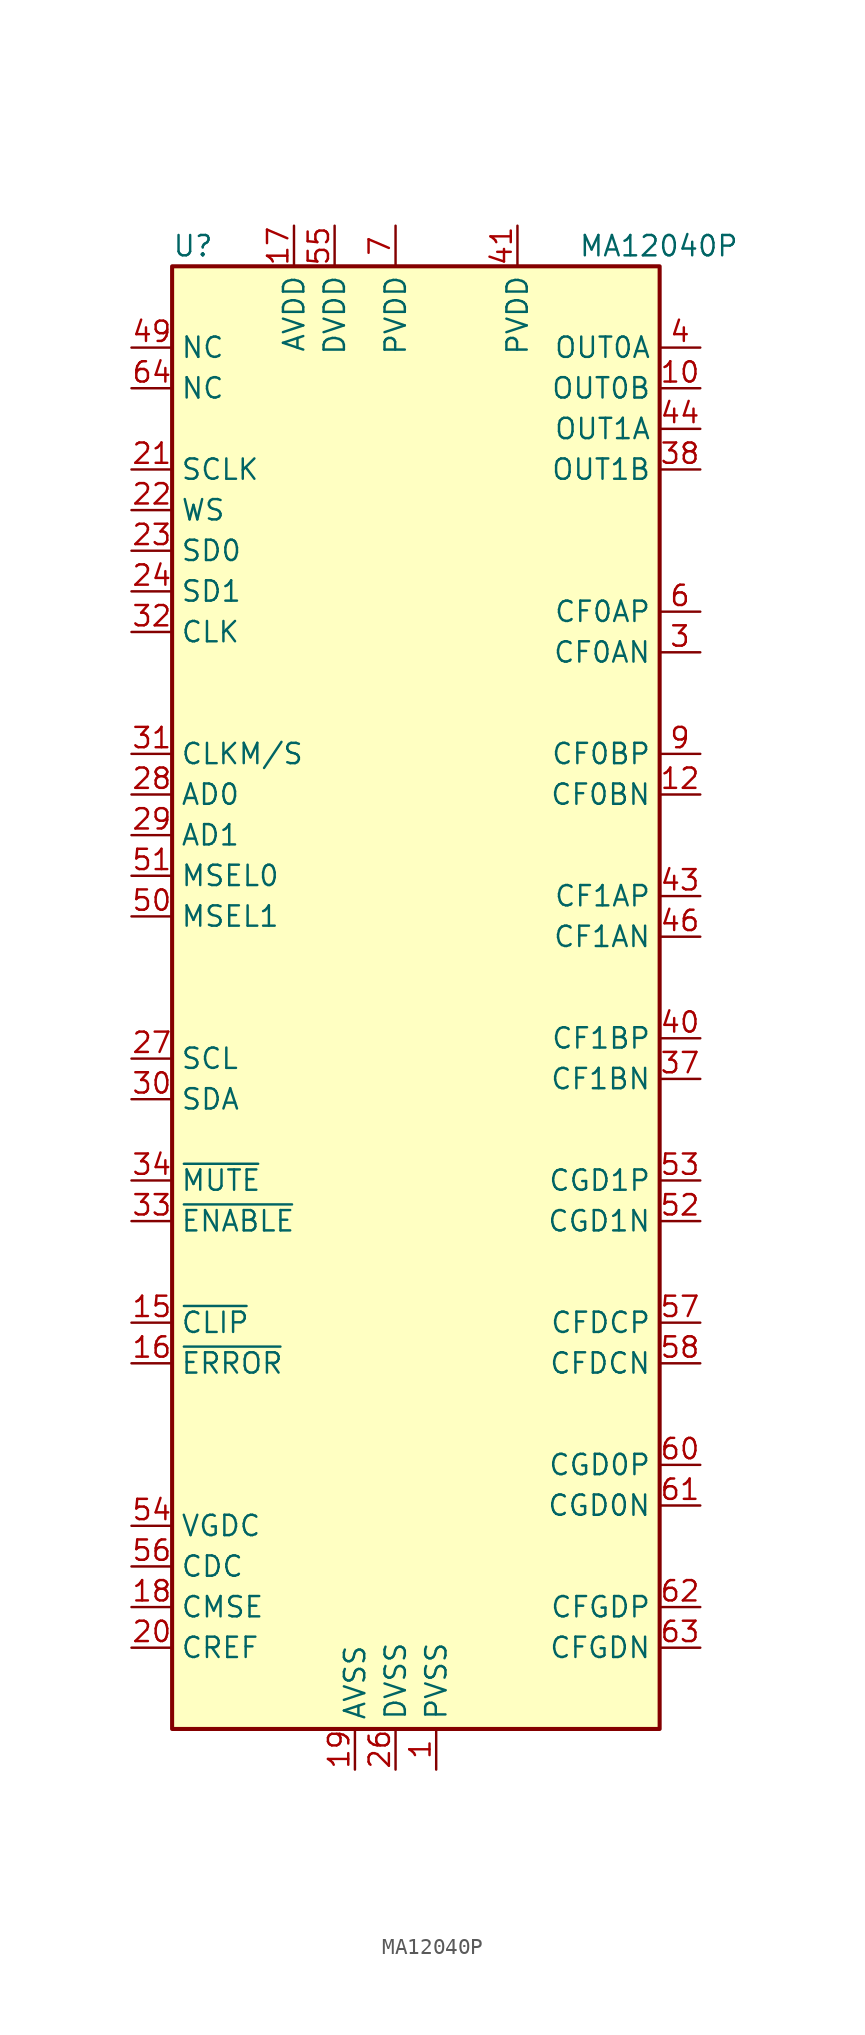
<source format=kicad_sym>
(kicad_symbol_lib
  (version 20211014)
  (generator kicad_symbol_editor)
  (symbol "MA12040P"
    (property "Reference" "U"
      (at -13.97 46.99 0)
      (effects (font (size 1.27 1.27)) (justify left)))
    (property "Value" "MA12040P"
      (at 11.43 46.99 0)
      (effects (font (size 1.27 1.27)) (justify left)))
    (symbol "MA12040P_0_1"
      (rectangle (start -13.97 45.72) (end 16.51 -45.72) (stroke (width 0.254) (type default) (color 0 0 0 0)) (fill (type background))))
    (symbol "MA12040P_1_1"
      (pin power_in line (at 2.54 -48.26 90) (length 2.54) (name "PVSS" (effects (font (size 1.27 1.27)))) (number "1" (effects (font (size 1.27 1.27)))))
      (pin output line (at 19.05 38.1 180) (length 2.54) (name "OUT0B" (effects (font (size 1.27 1.27)))) (number "10" (effects (font (size 1.27 1.27)))))
      (pin passive line (at 19.05 38.1 180) (length 2.54) hide (name "OUT0B" (effects (font (size 1.27 1.27)))) (number "11" (effects (font (size 1.27 1.27)))))
      (pin passive line (at 19.05 12.7 180) (length 2.54) (name "CF0BN" (effects (font (size 1.27 1.27)))) (number "12" (effects (font (size 1.27 1.27)))))
      (pin passive line (at 2.54 -48.26 90) (length 2.54) hide (name "PVSS" (effects (font (size 1.27 1.27)))) (number "13" (effects (font (size 1.27 1.27)))))
      (pin passive line (at 2.54 -48.26 90) (length 2.54) hide (name "PVSS" (effects (font (size 1.27 1.27)))) (number "14" (effects (font (size 1.27 1.27)))))
      (pin output line (at -16.51 -20.32 0) (length 2.54) (name "~{CLIP}" (effects (font (size 1.27 1.27)))) (number "15" (effects (font (size 1.27 1.27)))))
      (pin output line (at -16.51 -22.86 0) (length 2.54) (name "~{ERROR}" (effects (font (size 1.27 1.27)))) (number "16" (effects (font (size 1.27 1.27)))))
      (pin power_in line (at -6.35 48.26 270) (length 2.54) (name "AVDD" (effects (font (size 1.27 1.27)))) (number "17" (effects (font (size 1.27 1.27)))))
      (pin passive line (at -16.51 -38.1 0) (length 2.54) (name "CMSE" (effects (font (size 1.27 1.27)))) (number "18" (effects (font (size 1.27 1.27)))))
      (pin power_in line (at -2.54 -48.26 90) (length 2.54) (name "AVSS" (effects (font (size 1.27 1.27)))) (number "19" (effects (font (size 1.27 1.27)))))
      (pin passive line (at 2.54 -48.26 90) (length 2.54) hide (name "PVSS" (effects (font (size 1.27 1.27)))) (number "2" (effects (font (size 1.27 1.27)))))
      (pin passive line (at -16.51 -40.64 0) (length 2.54) (name "CREF" (effects (font (size 1.27 1.27)))) (number "20" (effects (font (size 1.27 1.27)))))
      (pin input line (at -16.51 33.02 0) (length 2.54) (name "SCLK" (effects (font (size 1.27 1.27)))) (number "21" (effects (font (size 1.27 1.27)))))
      (pin input line (at -16.51 30.48 0) (length 2.54) (name "WS" (effects (font (size 1.27 1.27)))) (number "22" (effects (font (size 1.27 1.27)))))
      (pin input line (at -16.51 27.94 0) (length 2.54) (name "SD0" (effects (font (size 1.27 1.27)))) (number "23" (effects (font (size 1.27 1.27)))))
      (pin input line (at -16.51 25.4 0) (length 2.54) (name "SD1" (effects (font (size 1.27 1.27)))) (number "24" (effects (font (size 1.27 1.27)))))
      (pin passive line (at -2.54 -48.26 90) (length 2.54) hide (name "AVSS" (effects (font (size 1.27 1.27)))) (number "25" (effects (font (size 1.27 1.27)))))
      (pin power_in line (at 0 -48.26 90) (length 2.54) (name "DVSS" (effects (font (size 1.27 1.27)))) (number "26" (effects (font (size 1.27 1.27)))))
      (pin input line (at -16.51 -3.81 0) (length 2.54) (name "SCL" (effects (font (size 1.27 1.27)))) (number "27" (effects (font (size 1.27 1.27)))))
      (pin input line (at -16.51 12.7 0) (length 2.54) (name "AD0" (effects (font (size 1.27 1.27)))) (number "28" (effects (font (size 1.27 1.27)))))
      (pin input line (at -16.51 10.16 0) (length 2.54) (name "AD1" (effects (font (size 1.27 1.27)))) (number "29" (effects (font (size 1.27 1.27)))))
      (pin passive line (at 19.05 21.59 180) (length 2.54) (name "CF0AN" (effects (font (size 1.27 1.27)))) (number "3" (effects (font (size 1.27 1.27)))))
      (pin bidirectional line (at -16.51 -6.35 0) (length 2.54) (name "SDA" (effects (font (size 1.27 1.27)))) (number "30" (effects (font (size 1.27 1.27)))))
      (pin input line (at -16.51 15.24 0) (length 2.54) (name "CLKM/S" (effects (font (size 1.27 1.27)))) (number "31" (effects (font (size 1.27 1.27)))))
      (pin input line (at -16.51 22.86 0) (length 2.54) (name "CLK" (effects (font (size 1.27 1.27)))) (number "32" (effects (font (size 1.27 1.27)))))
      (pin input line (at -16.51 -13.97 0) (length 2.54) (name "~{ENABLE}" (effects (font (size 1.27 1.27)))) (number "33" (effects (font (size 1.27 1.27)))))
      (pin input line (at -16.51 -11.43 0) (length 2.54) (name "~{MUTE}" (effects (font (size 1.27 1.27)))) (number "34" (effects (font (size 1.27 1.27)))))
      (pin passive line (at 2.54 -48.26 90) (length 2.54) hide (name "PVSS" (effects (font (size 1.27 1.27)))) (number "35" (effects (font (size 1.27 1.27)))))
      (pin passive line (at 2.54 -48.26 90) (length 2.54) hide (name "PVSS" (effects (font (size 1.27 1.27)))) (number "36" (effects (font (size 1.27 1.27)))))
      (pin passive line (at 19.05 -5.08 180) (length 2.54) (name "CF1BN" (effects (font (size 1.27 1.27)))) (number "37" (effects (font (size 1.27 1.27)))))
      (pin output line (at 19.05 33.02 180) (length 2.54) (name "OUT1B" (effects (font (size 1.27 1.27)))) (number "38" (effects (font (size 1.27 1.27)))))
      (pin passive line (at 19.05 33.02 180) (length 2.54) hide (name "OUT1B" (effects (font (size 1.27 1.27)))) (number "39" (effects (font (size 1.27 1.27)))))
      (pin output line (at 19.05 40.64 180) (length 2.54) (name "OUT0A" (effects (font (size 1.27 1.27)))) (number "4" (effects (font (size 1.27 1.27)))))
      (pin passive line (at 19.05 -2.54 180) (length 2.54) (name "CF1BP" (effects (font (size 1.27 1.27)))) (number "40" (effects (font (size 1.27 1.27)))))
      (pin power_in line (at 7.62 48.26 270) (length 2.54) (name "PVDD" (effects (font (size 1.27 1.27)))) (number "41" (effects (font (size 1.27 1.27)))))
      (pin passive line (at 5.08 48.26 270) (length 2.54) hide (name "PVDD" (effects (font (size 1.27 1.27)))) (number "42" (effects (font (size 1.27 1.27)))))
      (pin passive line (at 19.05 6.35 180) (length 2.54) (name "CF1AP" (effects (font (size 1.27 1.27)))) (number "43" (effects (font (size 1.27 1.27)))))
      (pin output line (at 19.05 35.56 180) (length 2.54) (name "OUT1A" (effects (font (size 1.27 1.27)))) (number "44" (effects (font (size 1.27 1.27)))))
      (pin passive line (at 19.05 35.56 180) (length 2.54) hide (name "OUT1A" (effects (font (size 1.27 1.27)))) (number "45" (effects (font (size 1.27 1.27)))))
      (pin passive line (at 19.05 3.81 180) (length 2.54) (name "CF1AN" (effects (font (size 1.27 1.27)))) (number "46" (effects (font (size 1.27 1.27)))))
      (pin passive line (at 2.54 -48.26 90) (length 2.54) hide (name "PVSS" (effects (font (size 1.27 1.27)))) (number "47" (effects (font (size 1.27 1.27)))))
      (pin passive line (at 2.54 -48.26 90) (length 2.54) hide (name "PVSS" (effects (font (size 1.27 1.27)))) (number "48" (effects (font (size 1.27 1.27)))))
      (pin passive line (at -16.51 40.64 0) (length 2.54) (name "NC" (effects (font (size 1.27 1.27)))) (number "49" (effects (font (size 1.27 1.27)))))
      (pin passive line (at 19.05 40.64 180) (length 2.54) hide (name "OUT0A" (effects (font (size 1.27 1.27)))) (number "5" (effects (font (size 1.27 1.27)))))
      (pin input line (at -16.51 5.08 0) (length 2.54) (name "MSEL1" (effects (font (size 1.27 1.27)))) (number "50" (effects (font (size 1.27 1.27)))))
      (pin input line (at -16.51 7.62 0) (length 2.54) (name "MSEL0" (effects (font (size 1.27 1.27)))) (number "51" (effects (font (size 1.27 1.27)))))
      (pin passive line (at 19.05 -13.97 180) (length 2.54) (name "CGD1N" (effects (font (size 1.27 1.27)))) (number "52" (effects (font (size 1.27 1.27)))))
      (pin passive line (at 19.05 -11.43 180) (length 2.54) (name "CGD1P" (effects (font (size 1.27 1.27)))) (number "53" (effects (font (size 1.27 1.27)))))
      (pin passive line (at -16.51 -33.02 0) (length 2.54) (name "VGDC" (effects (font (size 1.27 1.27)))) (number "54" (effects (font (size 1.27 1.27)))))
      (pin power_in line (at -3.81 48.26 270) (length 2.54) (name "DVDD" (effects (font (size 1.27 1.27)))) (number "55" (effects (font (size 1.27 1.27)))))
      (pin passive line (at -16.51 -35.56 0) (length 2.54) (name "CDC" (effects (font (size 1.27 1.27)))) (number "56" (effects (font (size 1.27 1.27)))))
      (pin passive line (at 19.05 -20.32 180) (length 2.54) (name "CFDCP" (effects (font (size 1.27 1.27)))) (number "57" (effects (font (size 1.27 1.27)))))
      (pin passive line (at 19.05 -22.86 180) (length 2.54) (name "CFDCN" (effects (font (size 1.27 1.27)))) (number "58" (effects (font (size 1.27 1.27)))))
      (pin passive line (at 0 -48.26 90) (length 2.54) hide (name "DVSS" (effects (font (size 1.27 1.27)))) (number "59" (effects (font (size 1.27 1.27)))))
      (pin passive line (at 19.05 24.13 180) (length 2.54) (name "CF0AP" (effects (font (size 1.27 1.27)))) (number "6" (effects (font (size 1.27 1.27)))))
      (pin passive line (at 19.05 -29.21 180) (length 2.54) (name "CGD0P" (effects (font (size 1.27 1.27)))) (number "60" (effects (font (size 1.27 1.27)))))
      (pin passive line (at 19.05 -31.75 180) (length 2.54) (name "CGD0N" (effects (font (size 1.27 1.27)))) (number "61" (effects (font (size 1.27 1.27)))))
      (pin passive line (at 19.05 -38.1 180) (length 2.54) (name "CFGDP" (effects (font (size 1.27 1.27)))) (number "62" (effects (font (size 1.27 1.27)))))
      (pin passive line (at 19.05 -40.64 180) (length 2.54) (name "CFGDN" (effects (font (size 1.27 1.27)))) (number "63" (effects (font (size 1.27 1.27)))))
      (pin passive line (at -16.51 38.1 0) (length 2.54) (name "NC" (effects (font (size 1.27 1.27)))) (number "64" (effects (font (size 1.27 1.27)))))
      (pin power_in line (at 0 48.26 270) (length 2.54) (name "PVDD" (effects (font (size 1.27 1.27)))) (number "7" (effects (font (size 1.27 1.27)))))
      (pin passive line (at 2.54 48.26 270) (length 2.54) hide (name "PVDD" (effects (font (size 1.27 1.27)))) (number "8" (effects (font (size 1.27 1.27)))))
      (pin passive line (at 19.05 15.24 180) (length 2.54) (name "CF0BP" (effects (font (size 1.27 1.27)))) (number "9" (effects (font (size 1.27 1.27))))))))
</source>
